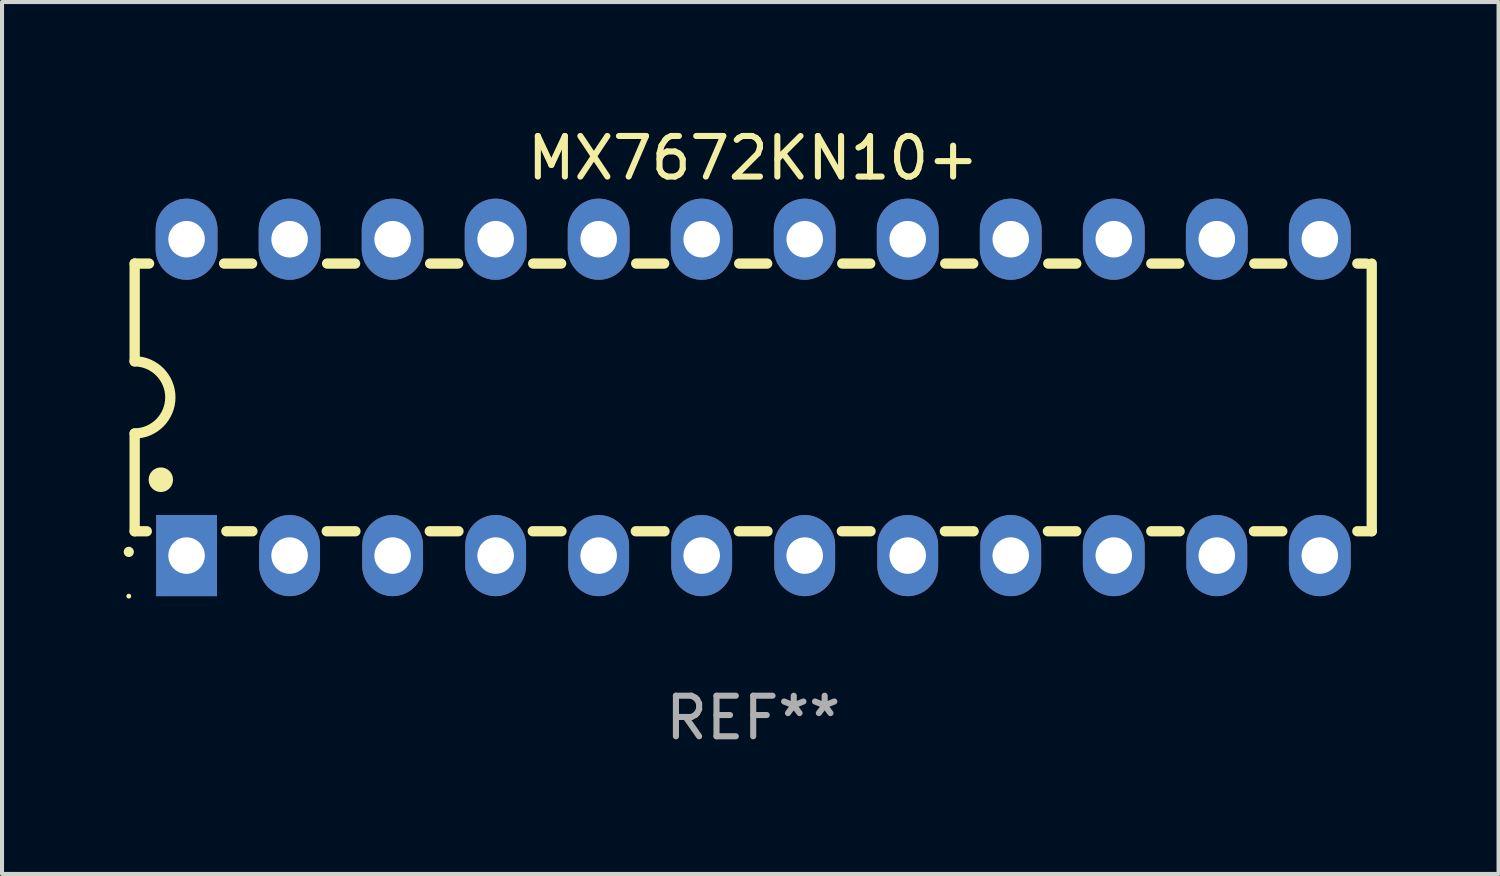
<source format=kicad_pcb>
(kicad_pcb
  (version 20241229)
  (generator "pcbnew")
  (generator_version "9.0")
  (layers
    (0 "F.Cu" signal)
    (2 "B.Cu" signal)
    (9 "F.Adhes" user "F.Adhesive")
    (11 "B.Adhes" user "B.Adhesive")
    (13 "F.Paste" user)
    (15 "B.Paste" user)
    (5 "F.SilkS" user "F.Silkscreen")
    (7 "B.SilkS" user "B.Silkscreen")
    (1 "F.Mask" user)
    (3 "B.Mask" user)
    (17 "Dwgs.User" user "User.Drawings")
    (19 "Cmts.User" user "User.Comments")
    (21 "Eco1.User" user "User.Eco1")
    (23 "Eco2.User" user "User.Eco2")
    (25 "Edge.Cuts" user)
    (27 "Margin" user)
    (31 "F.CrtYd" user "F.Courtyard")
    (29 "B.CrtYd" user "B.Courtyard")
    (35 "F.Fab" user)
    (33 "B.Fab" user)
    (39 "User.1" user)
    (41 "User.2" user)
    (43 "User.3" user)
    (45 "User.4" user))
  (footprint "MX7672KN10+"
    (layer "F.Cu")
    (at 15.52 6.748)
    (property "Reference" "MX7672KN10+" (at 0 -5.9 0) (layer "F.SilkS") (effects (font (size 1 1) (thickness 0.15))))
    (attr through_hole)
    (fp_line (start -15.25 -3.3) (end -15.25 -0.889) (stroke (width 0.254) (type solid)) (layer "F.SilkS"))
    (fp_line (start -15.25 -3.3) (end -14.895 -3.3) (stroke (width 0.254) (type solid)) (layer "F.SilkS"))
    (fp_line (start -15.25 3.3) (end -15.25 0.889) (stroke (width 0.254) (type solid)) (layer "F.SilkS"))
    (fp_line (start -15.25 3.3) (end -14.951 3.3) (stroke (width 0.254) (type solid)) (layer "F.SilkS"))
    (fp_line (start -13.045 -3.3) (end -12.355 -3.3) (stroke (width 0.254) (type solid)) (layer "F.SilkS"))
    (fp_line (start -12.989 3.3) (end -12.347 3.3) (stroke (width 0.254) (type solid)) (layer "F.SilkS"))
    (fp_line (start -10.514 3.3) (end -9.807 3.3) (stroke (width 0.254) (type solid)) (layer "F.SilkS"))
    (fp_line (start -10.505 -3.3) (end -9.815 -3.3) (stroke (width 0.254) (type solid)) (layer "F.SilkS"))
    (fp_line (start -7.974 3.3) (end -7.267 3.3) (stroke (width 0.254) (type solid)) (layer "F.SilkS"))
    (fp_line (start -7.965 -3.3) (end -7.275 -3.3) (stroke (width 0.254) (type solid)) (layer "F.SilkS"))
    (fp_line (start -5.434 3.3) (end -4.727 3.3) (stroke (width 0.254) (type solid)) (layer "F.SilkS"))
    (fp_line (start -5.425 -3.3) (end -4.735 -3.3) (stroke (width 0.254) (type solid)) (layer "F.SilkS"))
    (fp_line (start -2.894 3.3) (end -2.187 3.3) (stroke (width 0.254) (type solid)) (layer "F.SilkS"))
    (fp_line (start -2.885 -3.3) (end -2.195 -3.3) (stroke (width 0.254) (type solid)) (layer "F.SilkS"))
    (fp_line (start -0.354 3.3) (end 0.353 3.3) (stroke (width 0.254) (type solid)) (layer "F.SilkS"))
    (fp_line (start -0.345 -3.3) (end 0.345 -3.3) (stroke (width 0.254) (type solid)) (layer "F.SilkS"))
    (fp_line (start 2.186 3.3) (end 2.893 3.3) (stroke (width 0.254) (type solid)) (layer "F.SilkS"))
    (fp_line (start 2.195 -3.3) (end 2.885 -3.3) (stroke (width 0.254) (type solid)) (layer "F.SilkS"))
    (fp_line (start 4.726 3.3) (end 5.434 3.3) (stroke (width 0.254) (type solid)) (layer "F.SilkS"))
    (fp_line (start 4.735 -3.3) (end 5.425 -3.3) (stroke (width 0.254) (type solid)) (layer "F.SilkS"))
    (fp_line (start 7.266 3.3) (end 7.965 3.3) (stroke (width 0.254) (type solid)) (layer "F.SilkS"))
    (fp_line (start 7.275 -3.3) (end 7.965 -3.3) (stroke (width 0.254) (type solid)) (layer "F.SilkS"))
    (fp_line (start 9.815 -3.3) (end 10.505 -3.3) (stroke (width 0.254) (type solid)) (layer "F.SilkS"))
    (fp_line (start 9.815 3.3) (end 10.514 3.3) (stroke (width 0.254) (type solid)) (layer "F.SilkS"))
    (fp_line (start 12.346 3.3) (end 13.045 3.3) (stroke (width 0.254) (type solid)) (layer "F.SilkS"))
    (fp_line (start 12.355 -3.3) (end 13.045 -3.3) (stroke (width 0.254) (type solid)) (layer "F.SilkS"))
    (fp_line (start 14.895 -3.3) (end 15.113 -3.3) (stroke (width 0.254) (type solid)) (layer "F.SilkS"))
    (fp_line (start 14.895 3.3) (end 15.25 3.3) (stroke (width 0.254) (type solid)) (layer "F.SilkS"))
    (fp_line (start 15.25 -3.3) (end 15.25 3.3) (stroke (width 0.254) (type solid)) (layer "F.SilkS"))
    (fp_arc (start -15.394971 3.810033) (mid -15.394978 3.808763) (end -15.394971 3.807493) (stroke (width 0.25) (type solid)) (layer "F.SilkS"))
    (fp_arc (start -15.251053 -0.890146) (mid -14.361467 -0.001067) (end -15.250038 0.889027) (stroke (width 0.254001) (type solid)) (layer "F.SilkS"))
    (fp_arc (start -14.605029 2.032029) (mid -14.60504 2.029489) (end -14.605029 2.026949) (stroke (width 0.6) (type solid)) (layer "F.SilkS"))
    (fp_circle (center -15.395 4.9) (end -15.365 4.9) (stroke (width 0.06) (type solid)) (fill no) (layer "F.SilkS"))
    (fp_text user "REF**" (at 0 7.9 0) (layer "F.Fab") (effects (font (size 1 1) (thickness 0.15))))
    (pad "1" thru_hole rect (at -13.97 3.9 90) (size 2 1.5) (drill 0.9) (layers "*.Cu" "*.Mask"))
    (pad "2" thru_hole oval (at -11.43 3.9 90) (size 2 1.5) (drill 0.9) (layers "*.Cu" "*.Mask"))
    (pad "3" thru_hole oval (at -8.89 3.9 90) (size 2 1.5) (drill 0.9) (layers "*.Cu" "*.Mask"))
    (pad "4" thru_hole oval (at -6.35 3.9 90) (size 2 1.5) (drill 0.9) (layers "*.Cu" "*.Mask"))
    (pad "5" thru_hole oval (at -3.81 3.9 90) (size 2 1.5) (drill 0.9) (layers "*.Cu" "*.Mask"))
    (pad "6" thru_hole oval (at -1.27 3.9 90) (size 2 1.5) (drill 0.9) (layers "*.Cu" "*.Mask"))
    (pad "7" thru_hole oval (at 1.27 3.9 90) (size 2 1.5) (drill 0.9) (layers "*.Cu" "*.Mask"))
    (pad "8" thru_hole oval (at 3.81 3.9 90) (size 2 1.5) (drill 0.9) (layers "*.Cu" "*.Mask"))
    (pad "9" thru_hole oval (at 6.35 3.9 90) (size 2 1.5) (drill 0.9) (layers "*.Cu" "*.Mask"))
    (pad "10" thru_hole oval (at 8.89 3.9 90) (size 2 1.524) (drill 0.9) (layers "*.Cu" "*.Mask"))
    (pad "11" thru_hole oval (at 11.43 3.9 90) (size 2 1.5) (drill 0.9) (layers "*.Cu" "*.Mask"))
    (pad "12" thru_hole oval (at 13.97 3.9 90) (size 2 1.524) (drill 0.9) (layers "*.Cu" "*.Mask"))
    (pad "13" thru_hole oval (at 13.97 -3.9 90) (size 2 1.524) (drill 0.9) (layers "*.Cu" "*.Mask"))
    (pad "14" thru_hole oval (at 11.43 -3.9 90) (size 2 1.524) (drill 0.9) (layers "*.Cu" "*.Mask"))
    (pad "15" thru_hole oval (at 8.89 -3.9 90) (size 2 1.524) (drill 0.9) (layers "*.Cu" "*.Mask"))
    (pad "16" thru_hole oval (at 6.35 -3.9 90) (size 2 1.524) (drill 0.9) (layers "*.Cu" "*.Mask"))
    (pad "17" thru_hole oval (at 3.81 -3.9 90) (size 2 1.524) (drill 0.9) (layers "*.Cu" "*.Mask"))
    (pad "18" thru_hole oval (at 1.27 -3.9 90) (size 2 1.524) (drill 0.9) (layers "*.Cu" "*.Mask"))
    (pad "19" thru_hole oval (at -1.27 -3.9 90) (size 2 1.524) (drill 0.9) (layers "*.Cu" "*.Mask"))
    (pad "20" thru_hole oval (at -3.81 -3.9 90) (size 2 1.524) (drill 0.9) (layers "*.Cu" "*.Mask"))
    (pad "21" thru_hole oval (at -6.35 -3.9 90) (size 2 1.524) (drill 0.9) (layers "*.Cu" "*.Mask"))
    (pad "22" thru_hole oval (at -8.89 -3.9 90) (size 2 1.524) (drill 0.9) (layers "*.Cu" "*.Mask"))
    (pad "23" thru_hole oval (at -11.43 -3.9 90) (size 2 1.524) (drill 0.9) (layers "*.Cu" "*.Mask"))
    (pad "24" thru_hole oval (at -13.97 -3.9 90) (size 2 1.524) (drill 0.9) (layers "*.Cu" "*.Mask")))
  (gr_rect
    (start -3 -3)
    (end 33.897 18.497)
    (stroke (width 0.1) (type default))
    (fill no)
    (layer "Edge.Cuts")))
</source>
